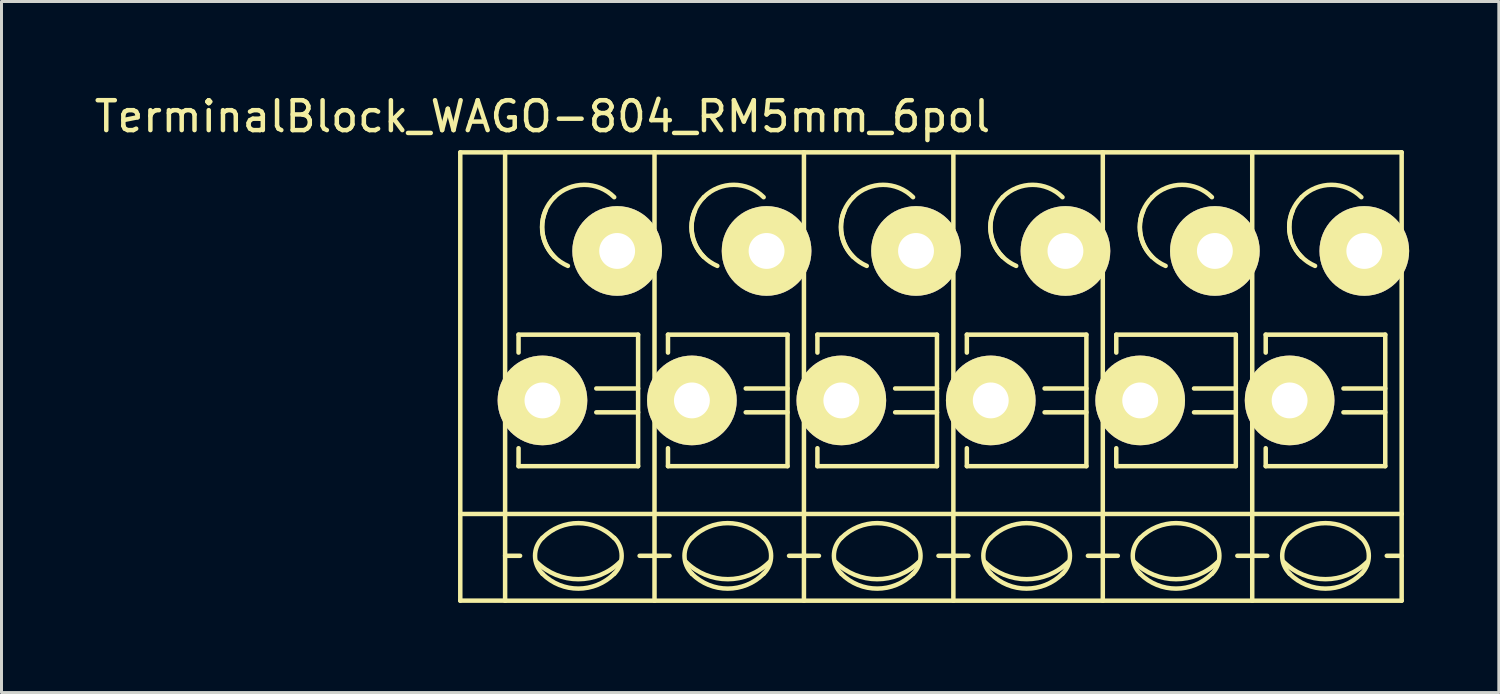
<source format=kicad_pcb>
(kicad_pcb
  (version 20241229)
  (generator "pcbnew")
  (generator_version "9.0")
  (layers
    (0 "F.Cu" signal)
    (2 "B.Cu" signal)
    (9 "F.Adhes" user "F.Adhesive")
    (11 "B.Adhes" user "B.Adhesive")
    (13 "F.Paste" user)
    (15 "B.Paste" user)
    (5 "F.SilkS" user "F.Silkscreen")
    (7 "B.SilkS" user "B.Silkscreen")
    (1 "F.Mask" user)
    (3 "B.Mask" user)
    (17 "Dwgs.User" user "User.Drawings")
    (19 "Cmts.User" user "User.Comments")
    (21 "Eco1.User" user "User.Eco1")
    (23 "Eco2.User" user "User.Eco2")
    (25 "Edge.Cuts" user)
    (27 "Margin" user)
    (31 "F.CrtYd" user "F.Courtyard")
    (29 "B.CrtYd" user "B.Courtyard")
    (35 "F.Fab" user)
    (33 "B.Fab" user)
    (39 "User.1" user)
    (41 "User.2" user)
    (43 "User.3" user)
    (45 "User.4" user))
  (footprint "TerminalBlock_WAGO-804_RM5mm_6pol"
    (layer "F.Cu")
    (at 15.101 10.348)
    (property "Reference" "TerminalBlock_WAGO-804_RM5mm_6pol" (at 0 -9.5 0) (layer "F.SilkS") (effects (font (size 1 1) (thickness 0.15))))
    (attr through_hole)
    (fp_line (start -2.75 -8.3) (end -1.25 -8.3) (stroke (width 0.15) (type solid)) (layer "F.SilkS"))
    (fp_line (start -2.75 6.7) (end -2.75 -8.3) (stroke (width 0.15) (type solid)) (layer "F.SilkS"))
    (fp_line (start -1.25 6.7) (end -2.75 6.7) (stroke (width 0.15) (type solid)) (layer "F.SilkS"))
    (fp_line (start -1.25 5.199) (end -0.749 5.199) (stroke (width 0.15) (type solid)) (layer "F.SilkS"))
    (fp_line (start -1.25 6.701) (end -1.25 -8.301) (stroke (width 0.15) (type solid)) (layer "F.SilkS"))
    (fp_line (start -0.8 -2.2) (end -0.8 -1.6) (stroke (width 0.15) (type solid)) (layer "F.SilkS"))
    (fp_line (start -0.8 -2.2) (end 3.2 -2.2) (stroke (width 0.15) (type solid)) (layer "F.SilkS"))
    (fp_line (start -0.8 2.2) (end -0.8 1.6) (stroke (width 0.15) (type solid)) (layer "F.SilkS"))
    (fp_line (start 3.2 -2.2) (end 3.2 2.2) (stroke (width 0.15) (type solid)) (layer "F.SilkS"))
    (fp_line (start 3.2 -0.399) (end 1.801 -0.399) (stroke (width 0.15) (type solid)) (layer "F.SilkS"))
    (fp_line (start 3.2 0.399) (end 1.801 0.399) (stroke (width 0.15) (type solid)) (layer "F.SilkS"))
    (fp_line (start 3.2 2.2) (end -0.8 2.2) (stroke (width 0.15) (type solid)) (layer "F.SilkS"))
    (fp_line (start 3.749 -8.301) (end -1.25 -8.301) (stroke (width 0.15) (type solid)) (layer "F.SilkS"))
    (fp_line (start 3.749 -8.301) (end 3.749 6.701) (stroke (width 0.15) (type solid)) (layer "F.SilkS"))
    (fp_line (start 3.749 5.199) (end 3.251 5.199) (stroke (width 0.15) (type solid)) (layer "F.SilkS"))
    (fp_line (start 3.749 6.701) (end -1.25 6.701) (stroke (width 0.15) (type solid)) (layer "F.SilkS"))
    (fp_line (start 3.75 3.8) (end -2.75 3.8) (stroke (width 0.15) (type solid)) (layer "F.SilkS"))
    (fp_line (start 3.75 3.8) (end 8.75 3.8) (stroke (width 0.15) (type solid)) (layer "F.SilkS"))
    (fp_line (start 3.75 5.199) (end 4.251 5.199) (stroke (width 0.15) (type solid)) (layer "F.SilkS"))
    (fp_line (start 4.2 -2.2) (end 4.2 -1.6) (stroke (width 0.15) (type solid)) (layer "F.SilkS"))
    (fp_line (start 4.2 -2.2) (end 8.2 -2.2) (stroke (width 0.15) (type solid)) (layer "F.SilkS"))
    (fp_line (start 4.2 2.2) (end 4.2 1.6) (stroke (width 0.15) (type solid)) (layer "F.SilkS"))
    (fp_line (start 8.2 -2.2) (end 8.2 2.2) (stroke (width 0.15) (type solid)) (layer "F.SilkS"))
    (fp_line (start 8.2 -0.399) (end 6.801 -0.399) (stroke (width 0.15) (type solid)) (layer "F.SilkS"))
    (fp_line (start 8.2 0.399) (end 6.801 0.399) (stroke (width 0.15) (type solid)) (layer "F.SilkS"))
    (fp_line (start 8.2 2.2) (end 4.2 2.2) (stroke (width 0.15) (type solid)) (layer "F.SilkS"))
    (fp_line (start 8.749 -8.301) (end 3.75 -8.301) (stroke (width 0.15) (type solid)) (layer "F.SilkS"))
    (fp_line (start 8.749 -8.301) (end 8.749 6.701) (stroke (width 0.15) (type solid)) (layer "F.SilkS"))
    (fp_line (start 8.749 5.199) (end 8.251 5.199) (stroke (width 0.15) (type solid)) (layer "F.SilkS"))
    (fp_line (start 8.749 6.701) (end 3.75 6.701) (stroke (width 0.15) (type solid)) (layer "F.SilkS"))
    (fp_line (start 8.75 3.8) (end 13.75 3.8) (stroke (width 0.15) (type solid)) (layer "F.SilkS"))
    (fp_line (start 8.75 5.199) (end 9.251 5.199) (stroke (width 0.15) (type solid)) (layer "F.SilkS"))
    (fp_line (start 9.2 -2.2) (end 9.2 -1.6) (stroke (width 0.15) (type solid)) (layer "F.SilkS"))
    (fp_line (start 9.2 -2.2) (end 13.2 -2.2) (stroke (width 0.15) (type solid)) (layer "F.SilkS"))
    (fp_line (start 9.2 2.2) (end 9.2 1.6) (stroke (width 0.15) (type solid)) (layer "F.SilkS"))
    (fp_line (start 13.2 -2.2) (end 13.2 2.2) (stroke (width 0.15) (type solid)) (layer "F.SilkS"))
    (fp_line (start 13.2 -0.399) (end 11.801 -0.399) (stroke (width 0.15) (type solid)) (layer "F.SilkS"))
    (fp_line (start 13.2 0.399) (end 11.801 0.399) (stroke (width 0.15) (type solid)) (layer "F.SilkS"))
    (fp_line (start 13.2 2.2) (end 9.2 2.2) (stroke (width 0.15) (type solid)) (layer "F.SilkS"))
    (fp_line (start 13.749 -8.301) (end 8.75 -8.301) (stroke (width 0.15) (type solid)) (layer "F.SilkS"))
    (fp_line (start 13.749 -8.301) (end 13.749 6.701) (stroke (width 0.15) (type solid)) (layer "F.SilkS"))
    (fp_line (start 13.749 5.199) (end 13.251 5.199) (stroke (width 0.15) (type solid)) (layer "F.SilkS"))
    (fp_line (start 13.749 6.701) (end 8.75 6.701) (stroke (width 0.15) (type solid)) (layer "F.SilkS"))
    (fp_line (start 13.75 3.8) (end 18.75 3.8) (stroke (width 0.15) (type solid)) (layer "F.SilkS"))
    (fp_line (start 13.75 5.199) (end 14.251 5.199) (stroke (width 0.15) (type solid)) (layer "F.SilkS"))
    (fp_line (start 14.2 -2.2) (end 14.2 -1.6) (stroke (width 0.15) (type solid)) (layer "F.SilkS"))
    (fp_line (start 14.2 -2.2) (end 18.2 -2.2) (stroke (width 0.15) (type solid)) (layer "F.SilkS"))
    (fp_line (start 14.2 2.2) (end 14.2 1.6) (stroke (width 0.15) (type solid)) (layer "F.SilkS"))
    (fp_line (start 18.2 -2.2) (end 18.2 2.2) (stroke (width 0.15) (type solid)) (layer "F.SilkS"))
    (fp_line (start 18.2 -0.399) (end 16.801 -0.399) (stroke (width 0.15) (type solid)) (layer "F.SilkS"))
    (fp_line (start 18.2 0.399) (end 16.801 0.399) (stroke (width 0.15) (type solid)) (layer "F.SilkS"))
    (fp_line (start 18.2 2.2) (end 14.2 2.2) (stroke (width 0.15) (type solid)) (layer "F.SilkS"))
    (fp_line (start 18.749 -8.301) (end 13.75 -8.301) (stroke (width 0.15) (type solid)) (layer "F.SilkS"))
    (fp_line (start 18.749 -8.301) (end 18.749 6.701) (stroke (width 0.15) (type solid)) (layer "F.SilkS"))
    (fp_line (start 18.749 5.199) (end 18.251 5.199) (stroke (width 0.15) (type solid)) (layer "F.SilkS"))
    (fp_line (start 18.749 6.701) (end 13.75 6.701) (stroke (width 0.15) (type solid)) (layer "F.SilkS"))
    (fp_line (start 18.75 3.8) (end 23.75 3.8) (stroke (width 0.15) (type solid)) (layer "F.SilkS"))
    (fp_line (start 18.75 5.199) (end 19.251 5.199) (stroke (width 0.15) (type solid)) (layer "F.SilkS"))
    (fp_line (start 19.2 -2.2) (end 19.2 -1.6) (stroke (width 0.15) (type solid)) (layer "F.SilkS"))
    (fp_line (start 19.2 -2.2) (end 23.2 -2.2) (stroke (width 0.15) (type solid)) (layer "F.SilkS"))
    (fp_line (start 19.2 2.2) (end 19.2 1.6) (stroke (width 0.15) (type solid)) (layer "F.SilkS"))
    (fp_line (start 23.2 -2.2) (end 23.2 2.2) (stroke (width 0.15) (type solid)) (layer "F.SilkS"))
    (fp_line (start 23.2 -0.399) (end 21.801 -0.399) (stroke (width 0.15) (type solid)) (layer "F.SilkS"))
    (fp_line (start 23.2 0.399) (end 21.801 0.399) (stroke (width 0.15) (type solid)) (layer "F.SilkS"))
    (fp_line (start 23.2 2.2) (end 19.2 2.2) (stroke (width 0.15) (type solid)) (layer "F.SilkS"))
    (fp_line (start 23.749 -8.301) (end 18.75 -8.301) (stroke (width 0.15) (type solid)) (layer "F.SilkS"))
    (fp_line (start 23.749 -8.301) (end 23.749 6.701) (stroke (width 0.15) (type solid)) (layer "F.SilkS"))
    (fp_line (start 23.749 5.199) (end 23.251 5.199) (stroke (width 0.15) (type solid)) (layer "F.SilkS"))
    (fp_line (start 23.749 6.701) (end 18.75 6.701) (stroke (width 0.15) (type solid)) (layer "F.SilkS"))
    (fp_line (start 23.75 3.8) (end 28.75 3.8) (stroke (width 0.15) (type solid)) (layer "F.SilkS"))
    (fp_line (start 23.75 5.199) (end 24.251 5.199) (stroke (width 0.15) (type solid)) (layer "F.SilkS"))
    (fp_line (start 24.2 -2.2) (end 24.2 -1.6) (stroke (width 0.15) (type solid)) (layer "F.SilkS"))
    (fp_line (start 24.2 -2.2) (end 28.2 -2.2) (stroke (width 0.15) (type solid)) (layer "F.SilkS"))
    (fp_line (start 24.2 2.2) (end 24.2 1.6) (stroke (width 0.15) (type solid)) (layer "F.SilkS"))
    (fp_line (start 28.2 -2.2) (end 28.2 2.2) (stroke (width 0.15) (type solid)) (layer "F.SilkS"))
    (fp_line (start 28.2 -0.399) (end 26.801 -0.399) (stroke (width 0.15) (type solid)) (layer "F.SilkS"))
    (fp_line (start 28.2 0.399) (end 26.801 0.399) (stroke (width 0.15) (type solid)) (layer "F.SilkS"))
    (fp_line (start 28.2 2.2) (end 24.2 2.2) (stroke (width 0.15) (type solid)) (layer "F.SilkS"))
    (fp_line (start 28.749 -8.301) (end 23.75 -8.301) (stroke (width 0.15) (type solid)) (layer "F.SilkS"))
    (fp_line (start 28.749 -8.301) (end 28.749 6.701) (stroke (width 0.15) (type solid)) (layer "F.SilkS"))
    (fp_line (start 28.749 5.199) (end 28.251 5.199) (stroke (width 0.15) (type solid)) (layer "F.SilkS"))
    (fp_line (start 28.749 6.701) (end 23.75 6.701) (stroke (width 0.15) (type solid)) (layer "F.SilkS"))
    (fp_arc (start 0 4.60248) (mid 1.19888 4.105888) (end 2.39776 4.60248) (stroke (width 0.15) (type solid)) (layer "F.SilkS"))
    (fp_arc (start 0 5.79882) (mid -0.248296 5.19938) (end 0 4.59994) (stroke (width 0.15) (type solid)) (layer "F.SilkS"))
    (fp_arc (start 0.39878 -6.79958) (mid 1.39954 -7.214108) (end 2.4003 -6.79958) (stroke (width 0.15) (type solid)) (layer "F.SilkS"))
    (fp_arc (start 0.39878 -4.8006) (mid -0.013952 -5.800616) (end 0.40132 -6.79958) (stroke (width 0.15) (type solid)) (layer "F.SilkS"))
    (fp_arc (start 0.8509 -4.50088) (mid 0.093811 -5.268985) (end 0.1016 -6.34746) (stroke (width 0.15) (type solid)) (layer "F.SilkS"))
    (fp_arc (start 2.4003 5.79882) (mid 1.200676 6.297208) (end 0 5.80136) (stroke (width 0.15) (type solid)) (layer "F.SilkS"))
    (fp_arc (start 2.40284 4.59994) (mid 2.650392 5.201176) (end 2.4003 5.80136) (stroke (width 0.15) (type solid)) (layer "F.SilkS"))
    (fp_arc (start 2.60096 5.40004) (mid 1.200676 5.981545) (end -0.20066 5.40258) (stroke (width 0.15) (type solid)) (layer "F.SilkS"))
    (fp_arc (start 5 4.60248) (mid 6.19888 4.105888) (end 7.39776 4.60248) (stroke (width 0.15) (type solid)) (layer "F.SilkS"))
    (fp_arc (start 5 5.79882) (mid 4.751704 5.19938) (end 5 4.59994) (stroke (width 0.15) (type solid)) (layer "F.SilkS"))
    (fp_arc (start 5.39878 -6.79958) (mid 6.39954 -7.214108) (end 7.4003 -6.79958) (stroke (width 0.15) (type solid)) (layer "F.SilkS"))
    (fp_arc (start 5.39878 -4.8006) (mid 4.986048 -5.800616) (end 5.40132 -6.79958) (stroke (width 0.15) (type solid)) (layer "F.SilkS"))
    (fp_arc (start 5.8509 -4.50088) (mid 5.093811 -5.268985) (end 5.1016 -6.34746) (stroke (width 0.15) (type solid)) (layer "F.SilkS"))
    (fp_arc (start 7.4003 5.79882) (mid 6.200676 6.297208) (end 5 5.80136) (stroke (width 0.15) (type solid)) (layer "F.SilkS"))
    (fp_arc (start 7.40284 4.59994) (mid 7.650392 5.201176) (end 7.4003 5.80136) (stroke (width 0.15) (type solid)) (layer "F.SilkS"))
    (fp_arc (start 7.60096 5.40004) (mid 6.200676 5.981545) (end 4.79934 5.40258) (stroke (width 0.15) (type solid)) (layer "F.SilkS"))
    (fp_arc (start 10 4.60248) (mid 11.19888 4.105888) (end 12.39776 4.60248) (stroke (width 0.15) (type solid)) (layer "F.SilkS"))
    (fp_arc (start 10 5.79882) (mid 9.751704 5.19938) (end 10 4.59994) (stroke (width 0.15) (type solid)) (layer "F.SilkS"))
    (fp_arc (start 10.39878 -6.79958) (mid 11.39954 -7.214108) (end 12.4003 -6.79958) (stroke (width 0.15) (type solid)) (layer "F.SilkS"))
    (fp_arc (start 10.39878 -4.8006) (mid 9.986048 -5.800616) (end 10.40132 -6.79958) (stroke (width 0.15) (type solid)) (layer "F.SilkS"))
    (fp_arc (start 10.8509 -4.50088) (mid 10.093811 -5.268985) (end 10.1016 -6.34746) (stroke (width 0.15) (type solid)) (layer "F.SilkS"))
    (fp_arc (start 12.4003 5.79882) (mid 11.200676 6.297208) (end 10 5.80136) (stroke (width 0.15) (type solid)) (layer "F.SilkS"))
    (fp_arc (start 12.40284 4.59994) (mid 12.650392 5.201176) (end 12.4003 5.80136) (stroke (width 0.15) (type solid)) (layer "F.SilkS"))
    (fp_arc (start 12.60096 5.40004) (mid 11.200676 5.981545) (end 9.79934 5.40258) (stroke (width 0.15) (type solid)) (layer "F.SilkS"))
    (fp_arc (start 15 4.60248) (mid 16.19888 4.105888) (end 17.39776 4.60248) (stroke (width 0.15) (type solid)) (layer "F.SilkS"))
    (fp_arc (start 15 5.79882) (mid 14.751704 5.19938) (end 15 4.59994) (stroke (width 0.15) (type solid)) (layer "F.SilkS"))
    (fp_arc (start 15.39878 -6.79958) (mid 16.39954 -7.214108) (end 17.4003 -6.79958) (stroke (width 0.15) (type solid)) (layer "F.SilkS"))
    (fp_arc (start 15.39878 -4.8006) (mid 14.986048 -5.800616) (end 15.40132 -6.79958) (stroke (width 0.15) (type solid)) (layer "F.SilkS"))
    (fp_arc (start 15.8509 -4.50088) (mid 15.093811 -5.268985) (end 15.1016 -6.34746) (stroke (width 0.15) (type solid)) (layer "F.SilkS"))
    (fp_arc (start 17.4003 5.79882) (mid 16.200676 6.297208) (end 15 5.80136) (stroke (width 0.15) (type solid)) (layer "F.SilkS"))
    (fp_arc (start 17.40284 4.59994) (mid 17.650392 5.201176) (end 17.4003 5.80136) (stroke (width 0.15) (type solid)) (layer "F.SilkS"))
    (fp_arc (start 17.60096 5.40004) (mid 16.200676 5.981545) (end 14.79934 5.40258) (stroke (width 0.15) (type solid)) (layer "F.SilkS"))
    (fp_arc (start 20 4.60248) (mid 21.19888 4.105888) (end 22.39776 4.60248) (stroke (width 0.15) (type solid)) (layer "F.SilkS"))
    (fp_arc (start 20 5.79882) (mid 19.751704 5.19938) (end 20 4.59994) (stroke (width 0.15) (type solid)) (layer "F.SilkS"))
    (fp_arc (start 20.39878 -6.79958) (mid 21.39954 -7.214108) (end 22.4003 -6.79958) (stroke (width 0.15) (type solid)) (layer "F.SilkS"))
    (fp_arc (start 20.39878 -4.8006) (mid 19.986048 -5.800616) (end 20.40132 -6.79958) (stroke (width 0.15) (type solid)) (layer "F.SilkS"))
    (fp_arc (start 20.8509 -4.50088) (mid 20.093811 -5.268985) (end 20.1016 -6.34746) (stroke (width 0.15) (type solid)) (layer "F.SilkS"))
    (fp_arc (start 22.4003 5.79882) (mid 21.200676 6.297208) (end 20 5.80136) (stroke (width 0.15) (type solid)) (layer "F.SilkS"))
    (fp_arc (start 22.40284 4.59994) (mid 22.650392 5.201176) (end 22.4003 5.80136) (stroke (width 0.15) (type solid)) (layer "F.SilkS"))
    (fp_arc (start 22.60096 5.40004) (mid 21.200676 5.981545) (end 19.79934 5.40258) (stroke (width 0.15) (type solid)) (layer "F.SilkS"))
    (fp_arc (start 25 4.60248) (mid 26.19888 4.105888) (end 27.39776 4.60248) (stroke (width 0.15) (type solid)) (layer "F.SilkS"))
    (fp_arc (start 25 5.79882) (mid 24.751704 5.19938) (end 25 4.59994) (stroke (width 0.15) (type solid)) (layer "F.SilkS"))
    (fp_arc (start 25.39878 -6.79958) (mid 26.39954 -7.214108) (end 27.4003 -6.79958) (stroke (width 0.15) (type solid)) (layer "F.SilkS"))
    (fp_arc (start 25.39878 -4.8006) (mid 24.986048 -5.800616) (end 25.40132 -6.79958) (stroke (width 0.15) (type solid)) (layer "F.SilkS"))
    (fp_arc (start 25.8509 -4.50088) (mid 25.093811 -5.268985) (end 25.1016 -6.34746) (stroke (width 0.15) (type solid)) (layer "F.SilkS"))
    (fp_arc (start 27.4003 5.79882) (mid 26.200676 6.297208) (end 25 5.80136) (stroke (width 0.15) (type solid)) (layer "F.SilkS"))
    (fp_arc (start 27.40284 4.59994) (mid 27.650392 5.201176) (end 27.4003 5.80136) (stroke (width 0.15) (type solid)) (layer "F.SilkS"))
    (fp_arc (start 27.60096 5.40004) (mid 26.200676 5.981545) (end 24.79934 5.40258) (stroke (width 0.15) (type solid)) (layer "F.SilkS"))
    (pad "1" thru_hole circle (at 0 0) (size 3 3) (drill 1.2) (layers "*.Cu" "*.Mask" "F.SilkS"))
    (pad "1" thru_hole circle (at 2.499 -5.001) (size 3 3) (drill 1.2) (layers "*.Cu" "*.Mask" "F.SilkS"))
    (pad "2" thru_hole circle (at 5 0) (size 3 3) (drill 1.2) (layers "*.Cu" "*.Mask" "F.SilkS"))
    (pad "2" thru_hole circle (at 7.499 -5.001) (size 3 3) (drill 1.2) (layers "*.Cu" "*.Mask" "F.SilkS"))
    (pad "3" thru_hole circle (at 10 0) (size 3 3) (drill 1.2) (layers "*.Cu" "*.Mask" "F.SilkS"))
    (pad "3" thru_hole circle (at 12.499 -5.001) (size 3 3) (drill 1.2) (layers "*.Cu" "*.Mask" "F.SilkS"))
    (pad "4" thru_hole circle (at 15 0) (size 3 3) (drill 1.2) (layers "*.Cu" "*.Mask" "F.SilkS"))
    (pad "4" thru_hole circle (at 17.499 -5.001) (size 3 3) (drill 1.2) (layers "*.Cu" "*.Mask" "F.SilkS"))
    (pad "5" thru_hole circle (at 20 0) (size 3 3) (drill 1.2) (layers "*.Cu" "*.Mask" "F.SilkS"))
    (pad "5" thru_hole circle (at 22.499 -5.001) (size 3 3) (drill 1.2) (layers "*.Cu" "*.Mask" "F.SilkS"))
    (pad "6" thru_hole circle (at 25 0) (size 3 3) (drill 1.2) (layers "*.Cu" "*.Mask" "F.SilkS"))
    (pad "6" thru_hole circle (at 27.499 -5.001) (size 3 3) (drill 1.2) (layers "*.Cu" "*.Mask" "F.SilkS")))
  (gr_rect
    (start -3 -3)
    (end 47.101 20.124)
    (stroke (width 0.1) (type default))
    (fill no)
    (layer "Edge.Cuts")))
</source>
